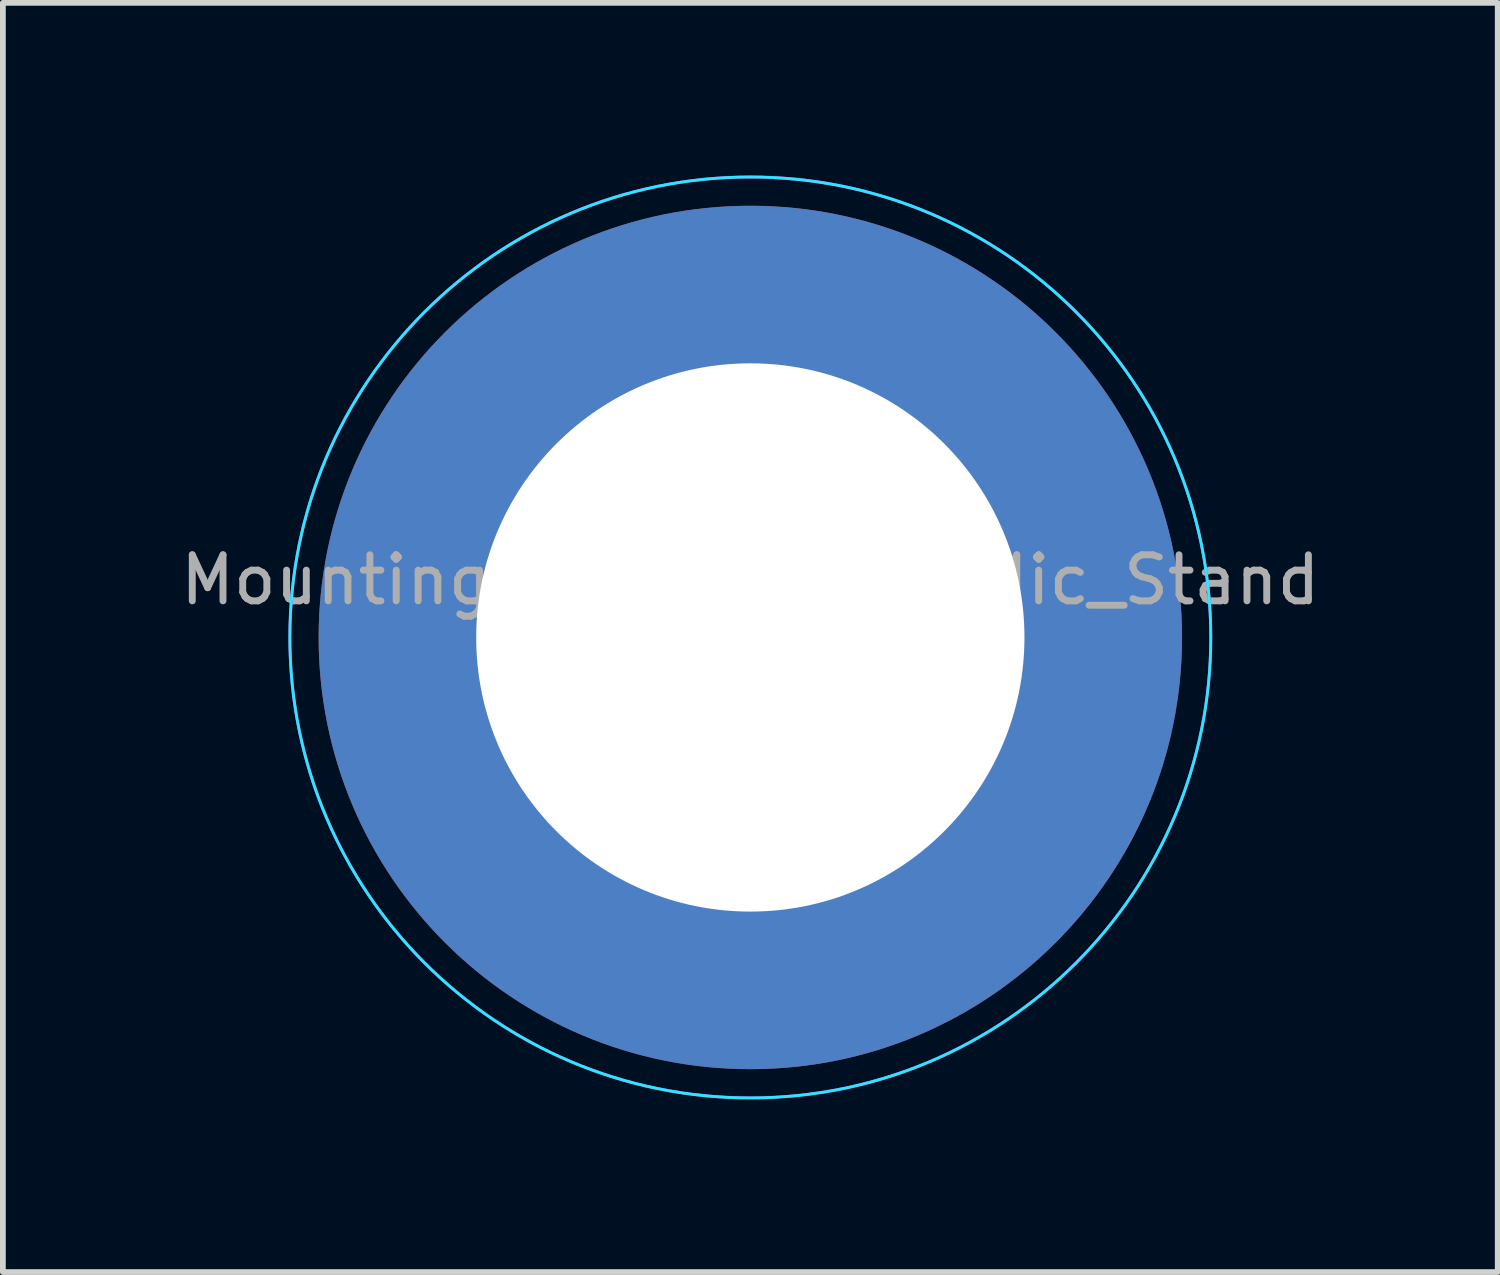
<source format=kicad_pcb>
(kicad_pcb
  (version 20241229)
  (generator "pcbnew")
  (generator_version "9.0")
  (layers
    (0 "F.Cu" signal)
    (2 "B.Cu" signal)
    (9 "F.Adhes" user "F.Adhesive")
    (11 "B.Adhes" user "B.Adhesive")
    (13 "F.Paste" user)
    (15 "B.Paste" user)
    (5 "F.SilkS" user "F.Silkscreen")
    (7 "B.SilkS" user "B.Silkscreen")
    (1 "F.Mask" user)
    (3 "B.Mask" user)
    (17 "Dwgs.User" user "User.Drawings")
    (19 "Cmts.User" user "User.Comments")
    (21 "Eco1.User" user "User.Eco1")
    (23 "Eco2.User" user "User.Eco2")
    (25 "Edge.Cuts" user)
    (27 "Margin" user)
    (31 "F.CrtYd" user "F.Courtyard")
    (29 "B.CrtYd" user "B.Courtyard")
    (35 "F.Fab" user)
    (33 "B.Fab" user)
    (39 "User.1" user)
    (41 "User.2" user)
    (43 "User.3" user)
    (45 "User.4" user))
  (footprint "MountingHole_0.375in_Mic_Stand"
    (layer "F.Cu")
    (at 9.986 8.025)
    (property "Reference" "MountingHole_0.375in_Mic_Stand" (at 0 -1 0) (unlocked yes) (layer "F.Fab") (effects (font (size 0.8 0.8) (thickness 0.12))))
    (attr through_hole)
    (fp_circle (center 0 0) (end 8 0) (stroke (width 0.05) (type default)) (fill no) (layer "B.CrtYd"))
    (fp_circle (center 0 0) (end 8 0) (stroke (width 0.05) (type default)) (fill no) (layer "F.CrtYd"))
    (fp_text user "${REFERENCE}" (at 0 -0.3 0) (unlocked yes) (layer "F.Fab") (effects (font (size 0.25 0.25) (thickness 0.04))))
    (pad "1" thru_hole circle (at 0 0) (size 15 15) (drill 9.525) (layers "*.Cu" "*.Mask")))
  (gr_rect
    (start -3 -3)
    (end 22.971 19.05)
    (stroke (width 0.1) (type default))
    (fill no)
    (layer "Edge.Cuts")))
</source>
